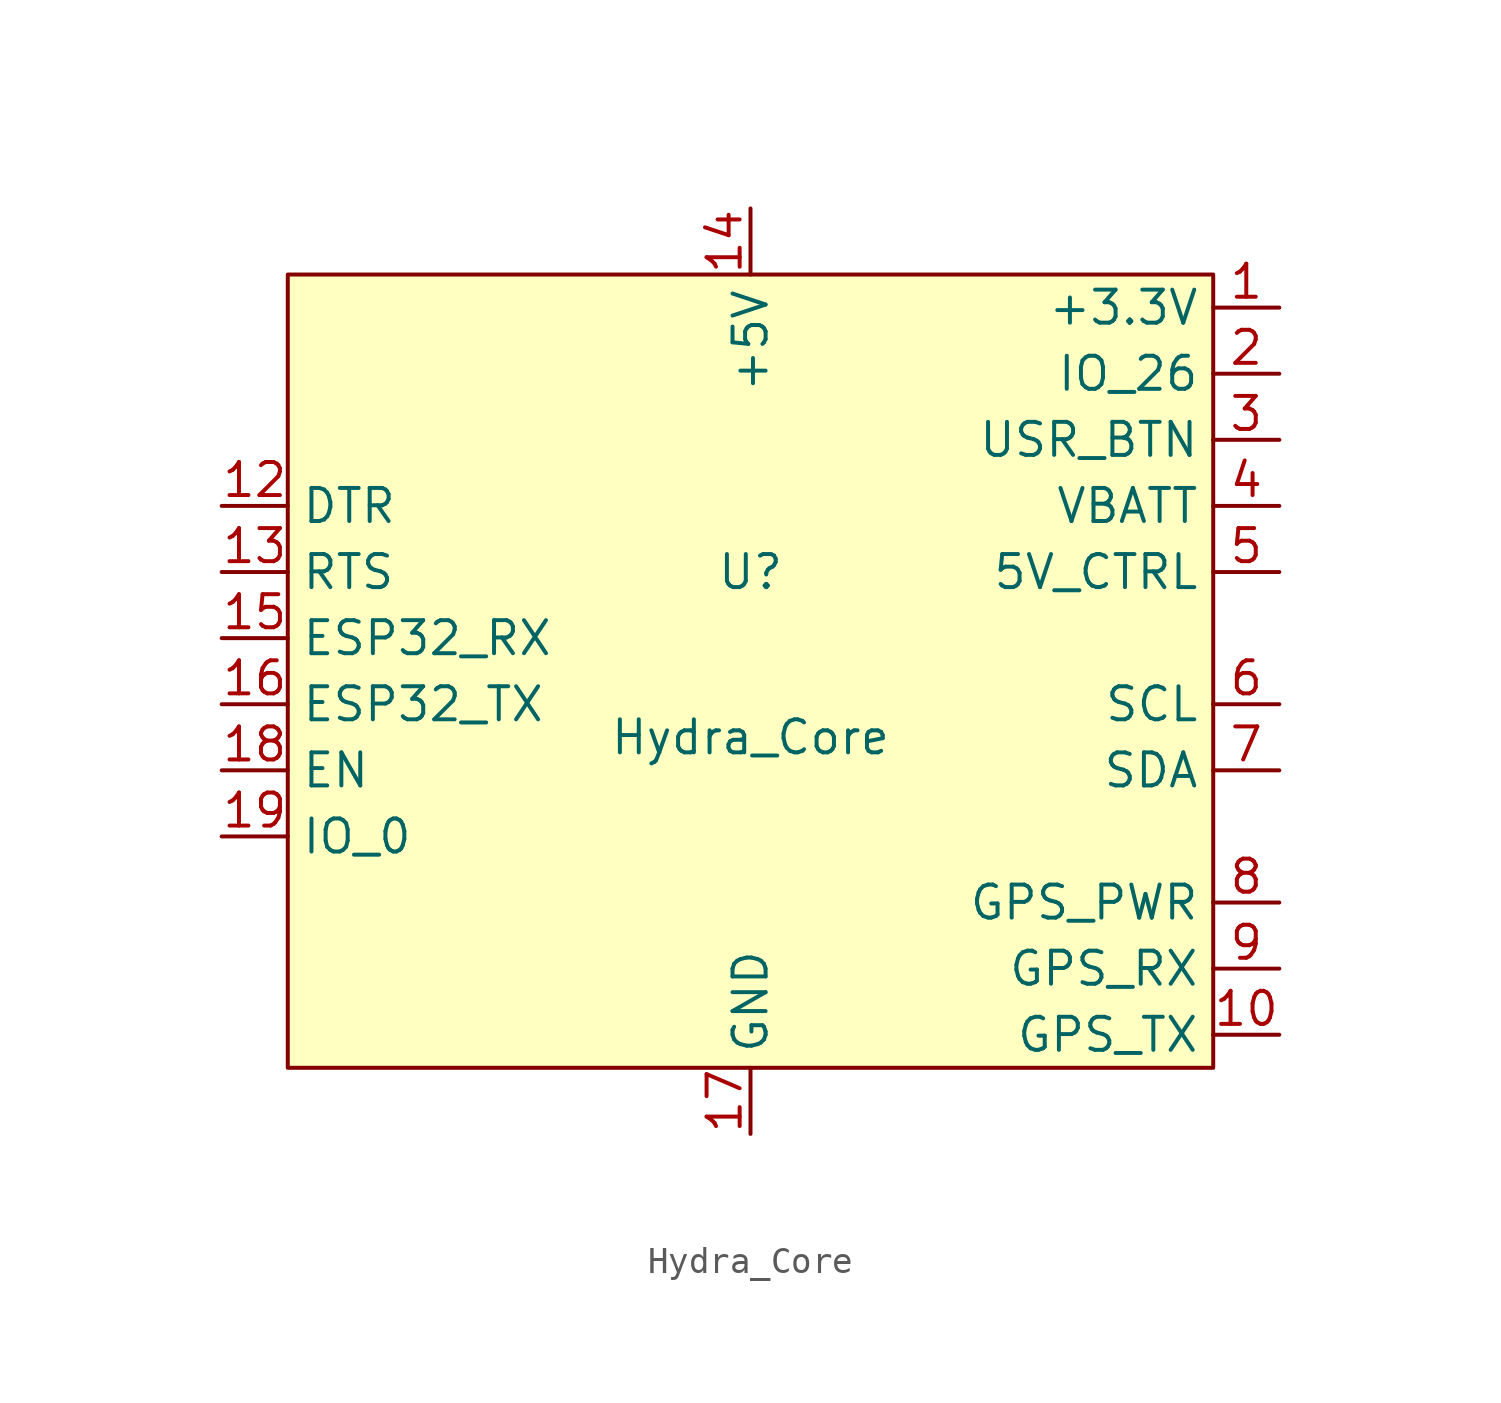
<source format=kicad_sym>
(kicad_symbol_lib
  (version 20211014)
  (generator kicad_symbol_editor)
  (symbol "Hydra_Core"
    (property "Reference" "U"
      (at 0 3.81 0)
      (effects (font (size 1.27 1.27))))
    (property "Value" "Hydra_Core"
      (at 0 -2.54 0)
      (effects (font (size 1.27 1.27))))
    (symbol "Hydra_Core_0_1"
      (rectangle (start 17.78 15.24) (end -17.78 -15.24) (stroke (width 0) (type default) (color 0 0 0 0)) (fill (type background))))
    (symbol "Hydra_Core_1_1"
      (pin power_out line (at 20.32 13.97 180) (length 2.54) (name "+3.3V" (effects (font (size 1.27 1.27)))) (number "1" (effects (font (size 1.27 1.27)))))
      (pin bidirectional line (at 20.32 -13.97 180) (length 2.54) (name "GPS_TX" (effects (font (size 1.27 1.27)))) (number "10" (effects (font (size 1.27 1.27)))))
      (pin power_out line (at 0 -17.78 90) (length 2.54) hide (name "GND" (effects (font (size 1.27 1.27)))) (number "11" (effects (font (size 1.27 1.27)))))
      (pin bidirectional line (at -20.32 6.35 0) (length 2.54) (name "DTR" (effects (font (size 1.27 1.27)))) (number "12" (effects (font (size 1.27 1.27)))))
      (pin bidirectional line (at -20.32 3.81 0) (length 2.54) (name "RTS" (effects (font (size 1.27 1.27)))) (number "13" (effects (font (size 1.27 1.27)))))
      (pin power_in line (at 0 17.78 270) (length 2.54) (name "+5V" (effects (font (size 1.27 1.27)))) (number "14" (effects (font (size 1.27 1.27)))))
      (pin bidirectional line (at -20.32 1.27 0) (length 2.54) (name "ESP32_RX" (effects (font (size 1.27 1.27)))) (number "15" (effects (font (size 1.27 1.27)))))
      (pin bidirectional line (at -20.32 -1.27 0) (length 2.54) (name "ESP32_TX" (effects (font (size 1.27 1.27)))) (number "16" (effects (font (size 1.27 1.27)))))
      (pin power_in line (at 0 -17.78 90) (length 2.54) (name "GND" (effects (font (size 1.27 1.27)))) (number "17" (effects (font (size 1.27 1.27)))))
      (pin bidirectional line (at -20.32 -3.81 0) (length 2.54) (name "EN" (effects (font (size 1.27 1.27)))) (number "18" (effects (font (size 1.27 1.27)))))
      (pin bidirectional line (at -20.32 -6.35 0) (length 2.54) (name "IO_0" (effects (font (size 1.27 1.27)))) (number "19" (effects (font (size 1.27 1.27)))))
      (pin bidirectional line (at 20.32 11.43 180) (length 2.54) (name "IO_26" (effects (font (size 1.27 1.27)))) (number "2" (effects (font (size 1.27 1.27)))))
      (pin bidirectional line (at 20.32 8.89 180) (length 2.54) (name "USR_BTN" (effects (font (size 1.27 1.27)))) (number "3" (effects (font (size 1.27 1.27)))))
      (pin input line (at 20.32 6.35 180) (length 2.54) (name "VBATT" (effects (font (size 1.27 1.27)))) (number "4" (effects (font (size 1.27 1.27)))))
      (pin power_out line (at 20.32 3.81 180) (length 2.54) (name "5V_CTRL" (effects (font (size 1.27 1.27)))) (number "5" (effects (font (size 1.27 1.27)))))
      (pin bidirectional line (at 20.32 -1.27 180) (length 2.54) (name "SCL" (effects (font (size 1.27 1.27)))) (number "6" (effects (font (size 1.27 1.27)))))
      (pin bidirectional line (at 20.32 -3.81 180) (length 2.54) (name "SDA" (effects (font (size 1.27 1.27)))) (number "7" (effects (font (size 1.27 1.27)))))
      (pin power_out line (at 20.32 -8.89 180) (length 2.54) (name "GPS_PWR" (effects (font (size 1.27 1.27)))) (number "8" (effects (font (size 1.27 1.27)))))
      (pin bidirectional line (at 20.32 -11.43 180) (length 2.54) (name "GPS_RX" (effects (font (size 1.27 1.27)))) (number "9" (effects (font (size 1.27 1.27))))))))
</source>
